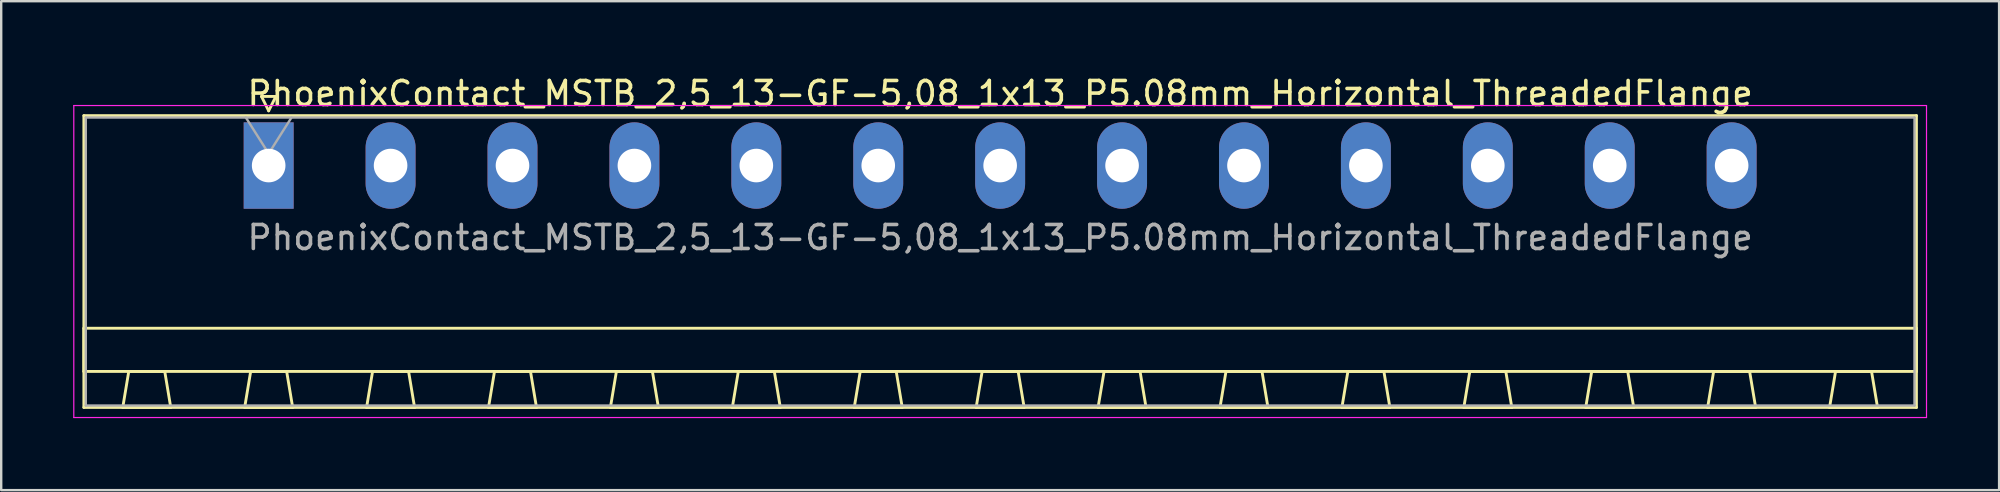
<source format=kicad_pcb>
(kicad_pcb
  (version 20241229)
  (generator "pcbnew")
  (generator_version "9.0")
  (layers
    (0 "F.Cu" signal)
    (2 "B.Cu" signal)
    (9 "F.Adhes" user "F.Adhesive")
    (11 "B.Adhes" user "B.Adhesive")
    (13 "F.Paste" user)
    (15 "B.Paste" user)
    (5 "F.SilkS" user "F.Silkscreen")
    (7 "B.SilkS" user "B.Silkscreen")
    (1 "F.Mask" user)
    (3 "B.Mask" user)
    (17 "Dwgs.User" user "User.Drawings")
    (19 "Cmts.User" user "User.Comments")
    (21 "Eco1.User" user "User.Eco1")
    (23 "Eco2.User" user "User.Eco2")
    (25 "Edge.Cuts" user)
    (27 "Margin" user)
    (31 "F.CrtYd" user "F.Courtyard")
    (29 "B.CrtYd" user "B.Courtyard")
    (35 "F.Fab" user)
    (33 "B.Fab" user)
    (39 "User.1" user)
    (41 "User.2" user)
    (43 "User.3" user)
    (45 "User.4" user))
  (footprint "PhoenixContact_MSTB_2,5_13-GF-5,08_1x13_P5.08mm_Horizontal_ThreadedFlange"
    (layer "F.Cu")
    (at 8.145 3.848)
    (property "Reference" "PhoenixContact_MSTB_2,5_13-GF-5,08_1x13_P5.08mm_Horizontal_ThreadedFlange" (at 30.48 -3 0) (layer "F.SilkS") (effects (font (size 1 1) (thickness 0.15))))
    (attr through_hole)
    (fp_line (start -7.7 -2.08) (end -7.7 10.08) (stroke (width 0.12) (type solid)) (layer "F.SilkS"))
    (fp_line (start -7.7 6.78) (end 68.66 6.78) (stroke (width 0.12) (type solid)) (layer "F.SilkS"))
    (fp_line (start -7.7 8.58) (end -7.7 6.78) (stroke (width 0.12) (type solid)) (layer "F.SilkS"))
    (fp_line (start -7.7 10.08) (end 68.66 10.08) (stroke (width 0.12) (type solid)) (layer "F.SilkS"))
    (fp_line (start -6.08 10.08) (end -4.08 10.08) (stroke (width 0.12) (type solid)) (layer "F.SilkS"))
    (fp_line (start -5.83 8.58) (end -6.08 10.08) (stroke (width 0.12) (type solid)) (layer "F.SilkS"))
    (fp_line (start -4.33 8.58) (end -5.83 8.58) (stroke (width 0.12) (type solid)) (layer "F.SilkS"))
    (fp_line (start -4.08 10.08) (end -4.33 8.58) (stroke (width 0.12) (type solid)) (layer "F.SilkS"))
    (fp_line (start -1 10.08) (end 1 10.08) (stroke (width 0.12) (type solid)) (layer "F.SilkS"))
    (fp_line (start -0.75 8.58) (end -1 10.08) (stroke (width 0.12) (type solid)) (layer "F.SilkS"))
    (fp_line (start -0.3 -2.88) (end 0.3 -2.88) (stroke (width 0.12) (type solid)) (layer "F.SilkS"))
    (fp_line (start 0 -2.28) (end -0.3 -2.88) (stroke (width 0.12) (type solid)) (layer "F.SilkS"))
    (fp_line (start 0.3 -2.88) (end 0 -2.28) (stroke (width 0.12) (type solid)) (layer "F.SilkS"))
    (fp_line (start 0.75 8.58) (end -0.75 8.58) (stroke (width 0.12) (type solid)) (layer "F.SilkS"))
    (fp_line (start 1 10.08) (end 0.75 8.58) (stroke (width 0.12) (type solid)) (layer "F.SilkS"))
    (fp_line (start 4.08 10.08) (end 6.08 10.08) (stroke (width 0.12) (type solid)) (layer "F.SilkS"))
    (fp_line (start 4.33 8.58) (end 4.08 10.08) (stroke (width 0.12) (type solid)) (layer "F.SilkS"))
    (fp_line (start 5.83 8.58) (end 4.33 8.58) (stroke (width 0.12) (type solid)) (layer "F.SilkS"))
    (fp_line (start 6.08 10.08) (end 5.83 8.58) (stroke (width 0.12) (type solid)) (layer "F.SilkS"))
    (fp_line (start 9.16 10.08) (end 11.16 10.08) (stroke (width 0.12) (type solid)) (layer "F.SilkS"))
    (fp_line (start 9.41 8.58) (end 9.16 10.08) (stroke (width 0.12) (type solid)) (layer "F.SilkS"))
    (fp_line (start 10.91 8.58) (end 9.41 8.58) (stroke (width 0.12) (type solid)) (layer "F.SilkS"))
    (fp_line (start 11.16 10.08) (end 10.91 8.58) (stroke (width 0.12) (type solid)) (layer "F.SilkS"))
    (fp_line (start 14.24 10.08) (end 16.24 10.08) (stroke (width 0.12) (type solid)) (layer "F.SilkS"))
    (fp_line (start 14.49 8.58) (end 14.24 10.08) (stroke (width 0.12) (type solid)) (layer "F.SilkS"))
    (fp_line (start 15.99 8.58) (end 14.49 8.58) (stroke (width 0.12) (type solid)) (layer "F.SilkS"))
    (fp_line (start 16.24 10.08) (end 15.99 8.58) (stroke (width 0.12) (type solid)) (layer "F.SilkS"))
    (fp_line (start 19.32 10.08) (end 21.32 10.08) (stroke (width 0.12) (type solid)) (layer "F.SilkS"))
    (fp_line (start 19.57 8.58) (end 19.32 10.08) (stroke (width 0.12) (type solid)) (layer "F.SilkS"))
    (fp_line (start 21.07 8.58) (end 19.57 8.58) (stroke (width 0.12) (type solid)) (layer "F.SilkS"))
    (fp_line (start 21.32 10.08) (end 21.07 8.58) (stroke (width 0.12) (type solid)) (layer "F.SilkS"))
    (fp_line (start 24.4 10.08) (end 26.4 10.08) (stroke (width 0.12) (type solid)) (layer "F.SilkS"))
    (fp_line (start 24.65 8.58) (end 24.4 10.08) (stroke (width 0.12) (type solid)) (layer "F.SilkS"))
    (fp_line (start 26.15 8.58) (end 24.65 8.58) (stroke (width 0.12) (type solid)) (layer "F.SilkS"))
    (fp_line (start 26.4 10.08) (end 26.15 8.58) (stroke (width 0.12) (type solid)) (layer "F.SilkS"))
    (fp_line (start 29.48 10.08) (end 31.48 10.08) (stroke (width 0.12) (type solid)) (layer "F.SilkS"))
    (fp_line (start 29.73 8.58) (end 29.48 10.08) (stroke (width 0.12) (type solid)) (layer "F.SilkS"))
    (fp_line (start 31.23 8.58) (end 29.73 8.58) (stroke (width 0.12) (type solid)) (layer "F.SilkS"))
    (fp_line (start 31.48 10.08) (end 31.23 8.58) (stroke (width 0.12) (type solid)) (layer "F.SilkS"))
    (fp_line (start 34.56 10.08) (end 36.56 10.08) (stroke (width 0.12) (type solid)) (layer "F.SilkS"))
    (fp_line (start 34.81 8.58) (end 34.56 10.08) (stroke (width 0.12) (type solid)) (layer "F.SilkS"))
    (fp_line (start 36.31 8.58) (end 34.81 8.58) (stroke (width 0.12) (type solid)) (layer "F.SilkS"))
    (fp_line (start 36.56 10.08) (end 36.31 8.58) (stroke (width 0.12) (type solid)) (layer "F.SilkS"))
    (fp_line (start 39.64 10.08) (end 41.64 10.08) (stroke (width 0.12) (type solid)) (layer "F.SilkS"))
    (fp_line (start 39.89 8.58) (end 39.64 10.08) (stroke (width 0.12) (type solid)) (layer "F.SilkS"))
    (fp_line (start 41.39 8.58) (end 39.89 8.58) (stroke (width 0.12) (type solid)) (layer "F.SilkS"))
    (fp_line (start 41.64 10.08) (end 41.39 8.58) (stroke (width 0.12) (type solid)) (layer "F.SilkS"))
    (fp_line (start 44.72 10.08) (end 46.72 10.08) (stroke (width 0.12) (type solid)) (layer "F.SilkS"))
    (fp_line (start 44.97 8.58) (end 44.72 10.08) (stroke (width 0.12) (type solid)) (layer "F.SilkS"))
    (fp_line (start 46.47 8.58) (end 44.97 8.58) (stroke (width 0.12) (type solid)) (layer "F.SilkS"))
    (fp_line (start 46.72 10.08) (end 46.47 8.58) (stroke (width 0.12) (type solid)) (layer "F.SilkS"))
    (fp_line (start 49.8 10.08) (end 51.8 10.08) (stroke (width 0.12) (type solid)) (layer "F.SilkS"))
    (fp_line (start 50.05 8.58) (end 49.8 10.08) (stroke (width 0.12) (type solid)) (layer "F.SilkS"))
    (fp_line (start 51.55 8.58) (end 50.05 8.58) (stroke (width 0.12) (type solid)) (layer "F.SilkS"))
    (fp_line (start 51.8 10.08) (end 51.55 8.58) (stroke (width 0.12) (type solid)) (layer "F.SilkS"))
    (fp_line (start 54.88 10.08) (end 56.88 10.08) (stroke (width 0.12) (type solid)) (layer "F.SilkS"))
    (fp_line (start 55.13 8.58) (end 54.88 10.08) (stroke (width 0.12) (type solid)) (layer "F.SilkS"))
    (fp_line (start 56.63 8.58) (end 55.13 8.58) (stroke (width 0.12) (type solid)) (layer "F.SilkS"))
    (fp_line (start 56.88 10.08) (end 56.63 8.58) (stroke (width 0.12) (type solid)) (layer "F.SilkS"))
    (fp_line (start 59.96 10.08) (end 61.96 10.08) (stroke (width 0.12) (type solid)) (layer "F.SilkS"))
    (fp_line (start 60.21 8.58) (end 59.96 10.08) (stroke (width 0.12) (type solid)) (layer "F.SilkS"))
    (fp_line (start 61.71 8.58) (end 60.21 8.58) (stroke (width 0.12) (type solid)) (layer "F.SilkS"))
    (fp_line (start 61.96 10.08) (end 61.71 8.58) (stroke (width 0.12) (type solid)) (layer "F.SilkS"))
    (fp_line (start 65.04 10.08) (end 67.04 10.08) (stroke (width 0.12) (type solid)) (layer "F.SilkS"))
    (fp_line (start 65.29 8.58) (end 65.04 10.08) (stroke (width 0.12) (type solid)) (layer "F.SilkS"))
    (fp_line (start 66.79 8.58) (end 65.29 8.58) (stroke (width 0.12) (type solid)) (layer "F.SilkS"))
    (fp_line (start 67.04 10.08) (end 66.79 8.58) (stroke (width 0.12) (type solid)) (layer "F.SilkS"))
    (fp_line (start 68.66 -2.08) (end -7.7 -2.08) (stroke (width 0.12) (type solid)) (layer "F.SilkS"))
    (fp_line (start 68.66 6.78) (end 68.66 8.58) (stroke (width 0.12) (type solid)) (layer "F.SilkS"))
    (fp_line (start 68.66 8.58) (end -7.7 8.58) (stroke (width 0.12) (type solid)) (layer "F.SilkS"))
    (fp_line (start 68.66 10.08) (end 68.66 -2.08) (stroke (width 0.12) (type solid)) (layer "F.SilkS"))
    (fp_line (start -8.12 -2.5) (end -8.12 10.5) (stroke (width 0.05) (type solid)) (layer "F.CrtYd"))
    (fp_line (start -8.12 10.5) (end 69.08 10.5) (stroke (width 0.05) (type solid)) (layer "F.CrtYd"))
    (fp_line (start 69.08 -2.5) (end -8.12 -2.5) (stroke (width 0.05) (type solid)) (layer "F.CrtYd"))
    (fp_line (start 69.08 10.5) (end 69.08 -2.5) (stroke (width 0.05) (type solid)) (layer "F.CrtYd"))
    (fp_line (start -7.62 -2) (end -7.62 10) (stroke (width 0.1) (type solid)) (layer "F.Fab"))
    (fp_line (start -7.62 10) (end 68.58 10) (stroke (width 0.1) (type solid)) (layer "F.Fab"))
    (fp_line (start 0 -0.5) (end -0.95 -2) (stroke (width 0.1) (type solid)) (layer "F.Fab"))
    (fp_line (start 0.95 -2) (end 0 -0.5) (stroke (width 0.1) (type solid)) (layer "F.Fab"))
    (fp_line (start 68.58 -2) (end -7.62 -2) (stroke (width 0.1) (type solid)) (layer "F.Fab"))
    (fp_line (start 68.58 10) (end 68.58 -2) (stroke (width 0.1) (type solid)) (layer "F.Fab"))
    (fp_text user "${REFERENCE}" (at 30.48 3 0) (layer "F.Fab") (effects (font (size 1 1) (thickness 0.15))))
    (pad "1" thru_hole rect (at 0 0) (size 2.08 3.6) (drill 1.4) (layers "*.Cu" "*.Mask"))
    (pad "2" thru_hole oval (at 5.08 0) (size 2.08 3.6) (drill 1.4) (layers "*.Cu" "*.Mask"))
    (pad "3" thru_hole oval (at 10.16 0) (size 2.08 3.6) (drill 1.4) (layers "*.Cu" "*.Mask"))
    (pad "4" thru_hole oval (at 15.24 0) (size 2.08 3.6) (drill 1.4) (layers "*.Cu" "*.Mask"))
    (pad "5" thru_hole oval (at 20.32 0) (size 2.08 3.6) (drill 1.4) (layers "*.Cu" "*.Mask"))
    (pad "6" thru_hole oval (at 25.4 0) (size 2.08 3.6) (drill 1.4) (layers "*.Cu" "*.Mask"))
    (pad "7" thru_hole oval (at 30.48 0) (size 2.08 3.6) (drill 1.4) (layers "*.Cu" "*.Mask"))
    (pad "8" thru_hole oval (at 35.56 0) (size 2.08 3.6) (drill 1.4) (layers "*.Cu" "*.Mask"))
    (pad "9" thru_hole oval (at 40.64 0) (size 2.08 3.6) (drill 1.4) (layers "*.Cu" "*.Mask"))
    (pad "10" thru_hole oval (at 45.72 0) (size 2.08 3.6) (drill 1.4) (layers "*.Cu" "*.Mask"))
    (pad "11" thru_hole oval (at 50.8 0) (size 2.08 3.6) (drill 1.4) (layers "*.Cu" "*.Mask"))
    (pad "12" thru_hole oval (at 55.88 0) (size 2.08 3.6) (drill 1.4) (layers "*.Cu" "*.Mask"))
    (pad "13" thru_hole oval (at 60.96 0) (size 2.08 3.6) (drill 1.4) (layers "*.Cu" "*.Mask")))
  (gr_rect
    (start -3 -3)
    (end 80.25 17.373)
    (stroke (width 0.1) (type default))
    (fill no)
    (layer "Edge.Cuts")))
</source>
